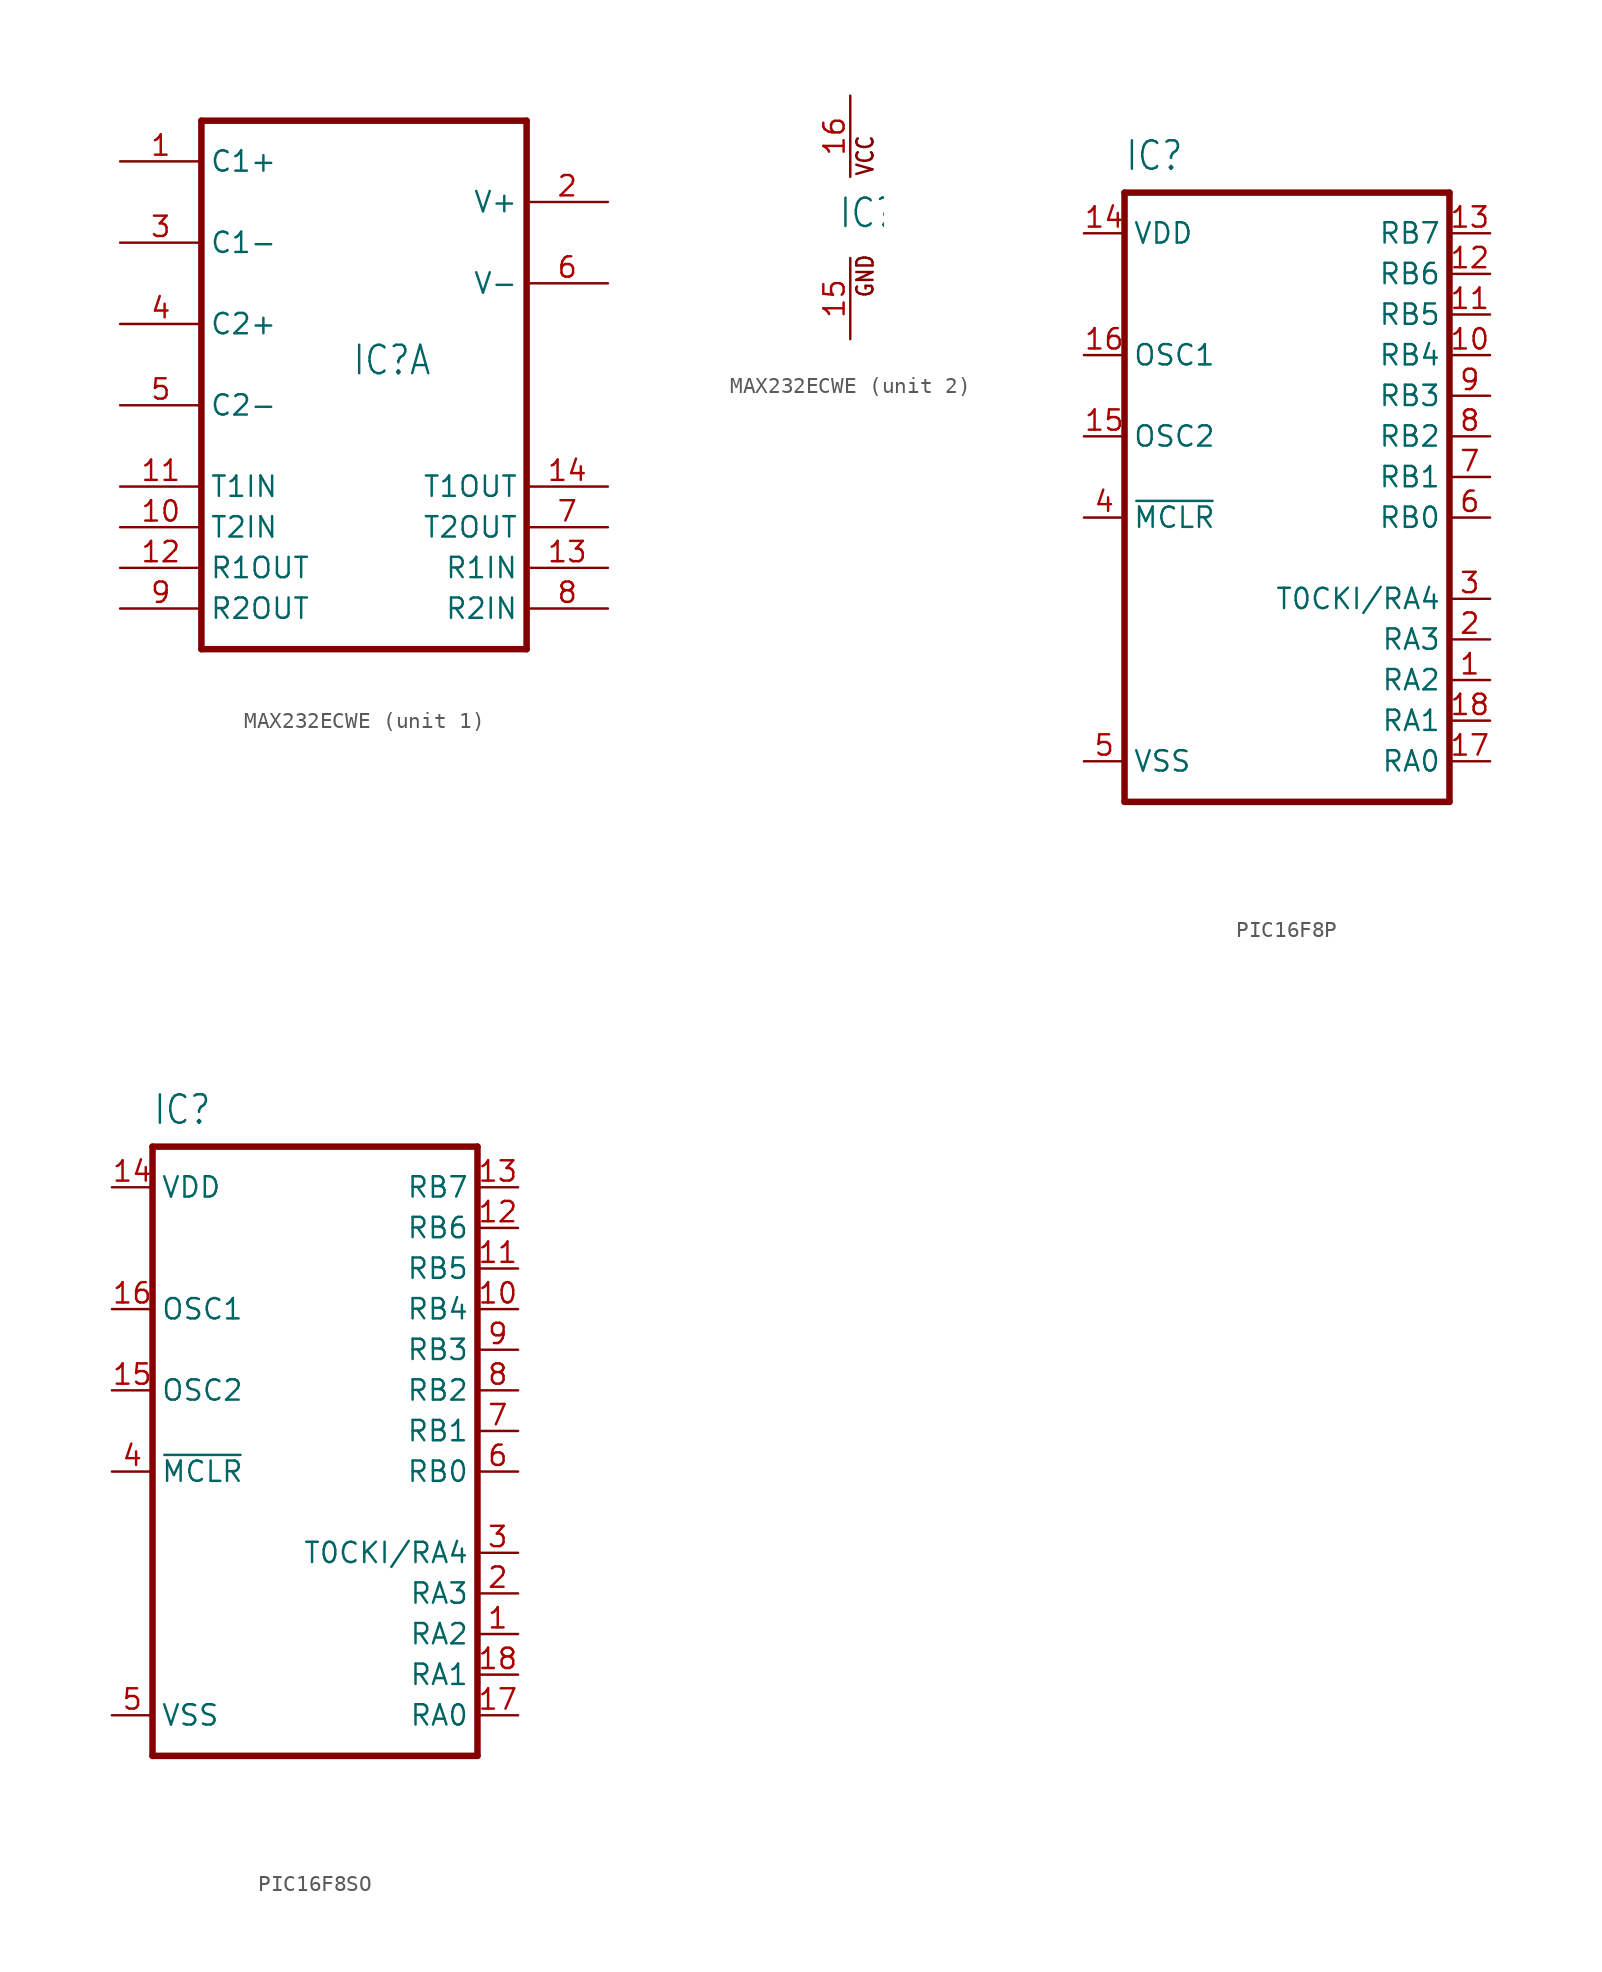
<source format=kicad_sym>
(kicad_symbol_lib
  (version 20220914)
  (generator kicad_symbol_editor)
  (symbol "MAX232ECWE"
    (property "Reference" "IC"
      (at -0.762 -0.762 0)
      (effects (font (size 1.778 1.511)) (justify left bottom)))
    (property "ki_locked" ""
      (at 0 0 0)
      (effects (font (size 1.27 1.27))))
    (symbol "MAX232ECWE_1_0"
      (polyline (pts (xy -10.16 15.24) (xy -10.16 -17.78)) (stroke (width 0.406) (type solid)) (fill (type none)))
      (polyline (pts (xy -10.16 15.24) (xy 10.16 15.24)) (stroke (width 0.406) (type solid)) (fill (type none)))
      (polyline (pts (xy 10.16 -17.78) (xy -10.16 -17.78)) (stroke (width 0.406) (type solid)) (fill (type none)))
      (polyline (pts (xy 10.16 -17.78) (xy 10.16 15.24)) (stroke (width 0.406) (type solid)) (fill (type none)))
      (pin bidirectional line (at -15.24 12.7 0) (length 5.08) (name "C1+" (effects (font (size 1.27 1.27)))) (number "1" (effects (font (size 1.27 1.27)))))
      (pin input line (at -15.24 -10.16 0) (length 5.08) (name "T2IN" (effects (font (size 1.27 1.27)))) (number "10" (effects (font (size 1.27 1.27)))))
      (pin input line (at -15.24 -7.62 0) (length 5.08) (name "T1IN" (effects (font (size 1.27 1.27)))) (number "11" (effects (font (size 1.27 1.27)))))
      (pin output line (at -15.24 -12.7 0) (length 5.08) (name "R1OUT" (effects (font (size 1.27 1.27)))) (number "12" (effects (font (size 1.27 1.27)))))
      (pin input line (at 15.24 -12.7 180) (length 5.08) (name "R1IN" (effects (font (size 1.27 1.27)))) (number "13" (effects (font (size 1.27 1.27)))))
      (pin output line (at 15.24 -7.62 180) (length 5.08) (name "T1OUT" (effects (font (size 1.27 1.27)))) (number "14" (effects (font (size 1.27 1.27)))))
      (pin bidirectional line (at 15.24 10.16 180) (length 5.08) (name "V+" (effects (font (size 1.27 1.27)))) (number "2" (effects (font (size 1.27 1.27)))))
      (pin bidirectional line (at -15.24 7.62 0) (length 5.08) (name "C1-" (effects (font (size 1.27 1.27)))) (number "3" (effects (font (size 1.27 1.27)))))
      (pin bidirectional line (at -15.24 2.54 0) (length 5.08) (name "C2+" (effects (font (size 1.27 1.27)))) (number "4" (effects (font (size 1.27 1.27)))))
      (pin bidirectional line (at -15.24 -2.54 0) (length 5.08) (name "C2-" (effects (font (size 1.27 1.27)))) (number "5" (effects (font (size 1.27 1.27)))))
      (pin bidirectional line (at 15.24 5.08 180) (length 5.08) (name "V-" (effects (font (size 1.27 1.27)))) (number "6" (effects (font (size 1.27 1.27)))))
      (pin output line (at 15.24 -10.16 180) (length 5.08) (name "T2OUT" (effects (font (size 1.27 1.27)))) (number "7" (effects (font (size 1.27 1.27)))))
      (pin input line (at 15.24 -15.24 180) (length 5.08) (name "R2IN" (effects (font (size 1.27 1.27)))) (number "8" (effects (font (size 1.27 1.27)))))
      (pin output line (at -15.24 -15.24 0) (length 5.08) (name "R2OUT" (effects (font (size 1.27 1.27)))) (number "9" (effects (font (size 1.27 1.27))))))
    (symbol "MAX232ECWE_2_0"
      (text "GND" (at 1.524 -5.08 900) (effects (font (size 1.016 0.864)) (justify left bottom)))
      (text "VCC" (at 1.524 2.54 900) (effects (font (size 1.016 0.864)) (justify left bottom)))
      (pin power_in line (at 0 -7.62 90) (length 5.08) (name "GND" (effects (font (size 0 0)))) (number "15" (effects (font (size 1.27 1.27)))))
      (pin power_in line (at 0 7.62 270) (length 5.08) (name "VCC" (effects (font (size 0 0)))) (number "16" (effects (font (size 1.27 1.27)))))))
  (symbol "PIC16F8P"
    (property "Reference" "IC"
      (at -10.16 19.05 0)
      (effects (font (size 1.778 1.511)) (justify left bottom)))
    (property "Value" ""
      (at -10.16 -22.86 0)
      (effects (font (size 1.778 1.511)) (justify left bottom)))
    (property "ki_locked" ""
      (at 0 0 0)
      (effects (font (size 1.27 1.27))))
    (symbol "PIC16F8P_1_0"
      (polyline (pts (xy -10.16 -20.32) (xy -10.16 17.78)) (stroke (width 0.406) (type solid)) (fill (type none)))
      (polyline (pts (xy -10.16 17.78) (xy 10.16 17.78)) (stroke (width 0.406) (type solid)) (fill (type none)))
      (polyline (pts (xy 10.16 -20.32) (xy -10.16 -20.32)) (stroke (width 0.406) (type solid)) (fill (type none)))
      (polyline (pts (xy 10.16 17.78) (xy 10.16 -20.32)) (stroke (width 0.406) (type solid)) (fill (type none)))
      (pin bidirectional line (at 12.7 -12.7 180) (length 2.54) (name "RA2" (effects (font (size 1.27 1.27)))) (number "1" (effects (font (size 1.27 1.27)))))
      (pin bidirectional line (at 12.7 7.62 180) (length 2.54) (name "RB4" (effects (font (size 1.27 1.27)))) (number "10" (effects (font (size 1.27 1.27)))))
      (pin bidirectional line (at 12.7 10.16 180) (length 2.54) (name "RB5" (effects (font (size 1.27 1.27)))) (number "11" (effects (font (size 1.27 1.27)))))
      (pin bidirectional line (at 12.7 12.7 180) (length 2.54) (name "RB6" (effects (font (size 1.27 1.27)))) (number "12" (effects (font (size 1.27 1.27)))))
      (pin bidirectional line (at 12.7 15.24 180) (length 2.54) (name "RB7" (effects (font (size 1.27 1.27)))) (number "13" (effects (font (size 1.27 1.27)))))
      (pin power_in line (at -12.7 15.24 0) (length 2.54) (name "VDD" (effects (font (size 1.27 1.27)))) (number "14" (effects (font (size 1.27 1.27)))))
      (pin output line (at -12.7 2.54 0) (length 2.54) (name "OSC2" (effects (font (size 1.27 1.27)))) (number "15" (effects (font (size 1.27 1.27)))))
      (pin input line (at -12.7 7.62 0) (length 2.54) (name "OSC1" (effects (font (size 1.27 1.27)))) (number "16" (effects (font (size 1.27 1.27)))))
      (pin bidirectional line (at 12.7 -17.78 180) (length 2.54) (name "RA0" (effects (font (size 1.27 1.27)))) (number "17" (effects (font (size 1.27 1.27)))))
      (pin bidirectional line (at 12.7 -15.24 180) (length 2.54) (name "RA1" (effects (font (size 1.27 1.27)))) (number "18" (effects (font (size 1.27 1.27)))))
      (pin bidirectional line (at 12.7 -10.16 180) (length 2.54) (name "RA3" (effects (font (size 1.27 1.27)))) (number "2" (effects (font (size 1.27 1.27)))))
      (pin bidirectional line (at 12.7 -7.62 180) (length 2.54) (name "T0CKI/RA4" (effects (font (size 1.27 1.27)))) (number "3" (effects (font (size 1.27 1.27)))))
      (pin input line (at -12.7 -2.54 0) (length 2.54) (name "~{MCLR}" (effects (font (size 1.27 1.27)))) (number "4" (effects (font (size 1.27 1.27)))))
      (pin power_in line (at -12.7 -17.78 0) (length 2.54) (name "VSS" (effects (font (size 1.27 1.27)))) (number "5" (effects (font (size 1.27 1.27)))))
      (pin bidirectional line (at 12.7 -2.54 180) (length 2.54) (name "RB0" (effects (font (size 1.27 1.27)))) (number "6" (effects (font (size 1.27 1.27)))))
      (pin bidirectional line (at 12.7 0 180) (length 2.54) (name "RB1" (effects (font (size 1.27 1.27)))) (number "7" (effects (font (size 1.27 1.27)))))
      (pin bidirectional line (at 12.7 2.54 180) (length 2.54) (name "RB2" (effects (font (size 1.27 1.27)))) (number "8" (effects (font (size 1.27 1.27)))))
      (pin bidirectional line (at 12.7 5.08 180) (length 2.54) (name "RB3" (effects (font (size 1.27 1.27)))) (number "9" (effects (font (size 1.27 1.27)))))))
  (symbol "PIC16F8SO"
    (property "Reference" "IC"
      (at -10.16 19.05 0)
      (effects (font (size 1.778 1.511)) (justify left bottom)))
    (property "Value" ""
      (at -10.16 -22.86 0)
      (effects (font (size 1.778 1.511)) (justify left bottom)))
    (property "ki_locked" ""
      (at 0 0 0)
      (effects (font (size 1.27 1.27))))
    (symbol "PIC16F8SO_1_0"
      (polyline (pts (xy -10.16 -20.32) (xy -10.16 17.78)) (stroke (width 0.406) (type solid)) (fill (type none)))
      (polyline (pts (xy -10.16 17.78) (xy 10.16 17.78)) (stroke (width 0.406) (type solid)) (fill (type none)))
      (polyline (pts (xy 10.16 -20.32) (xy -10.16 -20.32)) (stroke (width 0.406) (type solid)) (fill (type none)))
      (polyline (pts (xy 10.16 17.78) (xy 10.16 -20.32)) (stroke (width 0.406) (type solid)) (fill (type none)))
      (pin bidirectional line (at 12.7 -12.7 180) (length 2.54) (name "RA2" (effects (font (size 1.27 1.27)))) (number "1" (effects (font (size 1.27 1.27)))))
      (pin bidirectional line (at 12.7 7.62 180) (length 2.54) (name "RB4" (effects (font (size 1.27 1.27)))) (number "10" (effects (font (size 1.27 1.27)))))
      (pin bidirectional line (at 12.7 10.16 180) (length 2.54) (name "RB5" (effects (font (size 1.27 1.27)))) (number "11" (effects (font (size 1.27 1.27)))))
      (pin bidirectional line (at 12.7 12.7 180) (length 2.54) (name "RB6" (effects (font (size 1.27 1.27)))) (number "12" (effects (font (size 1.27 1.27)))))
      (pin bidirectional line (at 12.7 15.24 180) (length 2.54) (name "RB7" (effects (font (size 1.27 1.27)))) (number "13" (effects (font (size 1.27 1.27)))))
      (pin power_in line (at -12.7 15.24 0) (length 2.54) (name "VDD" (effects (font (size 1.27 1.27)))) (number "14" (effects (font (size 1.27 1.27)))))
      (pin output line (at -12.7 2.54 0) (length 2.54) (name "OSC2" (effects (font (size 1.27 1.27)))) (number "15" (effects (font (size 1.27 1.27)))))
      (pin input line (at -12.7 7.62 0) (length 2.54) (name "OSC1" (effects (font (size 1.27 1.27)))) (number "16" (effects (font (size 1.27 1.27)))))
      (pin bidirectional line (at 12.7 -17.78 180) (length 2.54) (name "RA0" (effects (font (size 1.27 1.27)))) (number "17" (effects (font (size 1.27 1.27)))))
      (pin bidirectional line (at 12.7 -15.24 180) (length 2.54) (name "RA1" (effects (font (size 1.27 1.27)))) (number "18" (effects (font (size 1.27 1.27)))))
      (pin bidirectional line (at 12.7 -10.16 180) (length 2.54) (name "RA3" (effects (font (size 1.27 1.27)))) (number "2" (effects (font (size 1.27 1.27)))))
      (pin bidirectional line (at 12.7 -7.62 180) (length 2.54) (name "T0CKI/RA4" (effects (font (size 1.27 1.27)))) (number "3" (effects (font (size 1.27 1.27)))))
      (pin input line (at -12.7 -2.54 0) (length 2.54) (name "~{MCLR}" (effects (font (size 1.27 1.27)))) (number "4" (effects (font (size 1.27 1.27)))))
      (pin power_in line (at -12.7 -17.78 0) (length 2.54) (name "VSS" (effects (font (size 1.27 1.27)))) (number "5" (effects (font (size 1.27 1.27)))))
      (pin bidirectional line (at 12.7 -2.54 180) (length 2.54) (name "RB0" (effects (font (size 1.27 1.27)))) (number "6" (effects (font (size 1.27 1.27)))))
      (pin bidirectional line (at 12.7 0 180) (length 2.54) (name "RB1" (effects (font (size 1.27 1.27)))) (number "7" (effects (font (size 1.27 1.27)))))
      (pin bidirectional line (at 12.7 2.54 180) (length 2.54) (name "RB2" (effects (font (size 1.27 1.27)))) (number "8" (effects (font (size 1.27 1.27)))))
      (pin bidirectional line (at 12.7 5.08 180) (length 2.54) (name "RB3" (effects (font (size 1.27 1.27)))) (number "9" (effects (font (size 1.27 1.27))))))))
</source>
